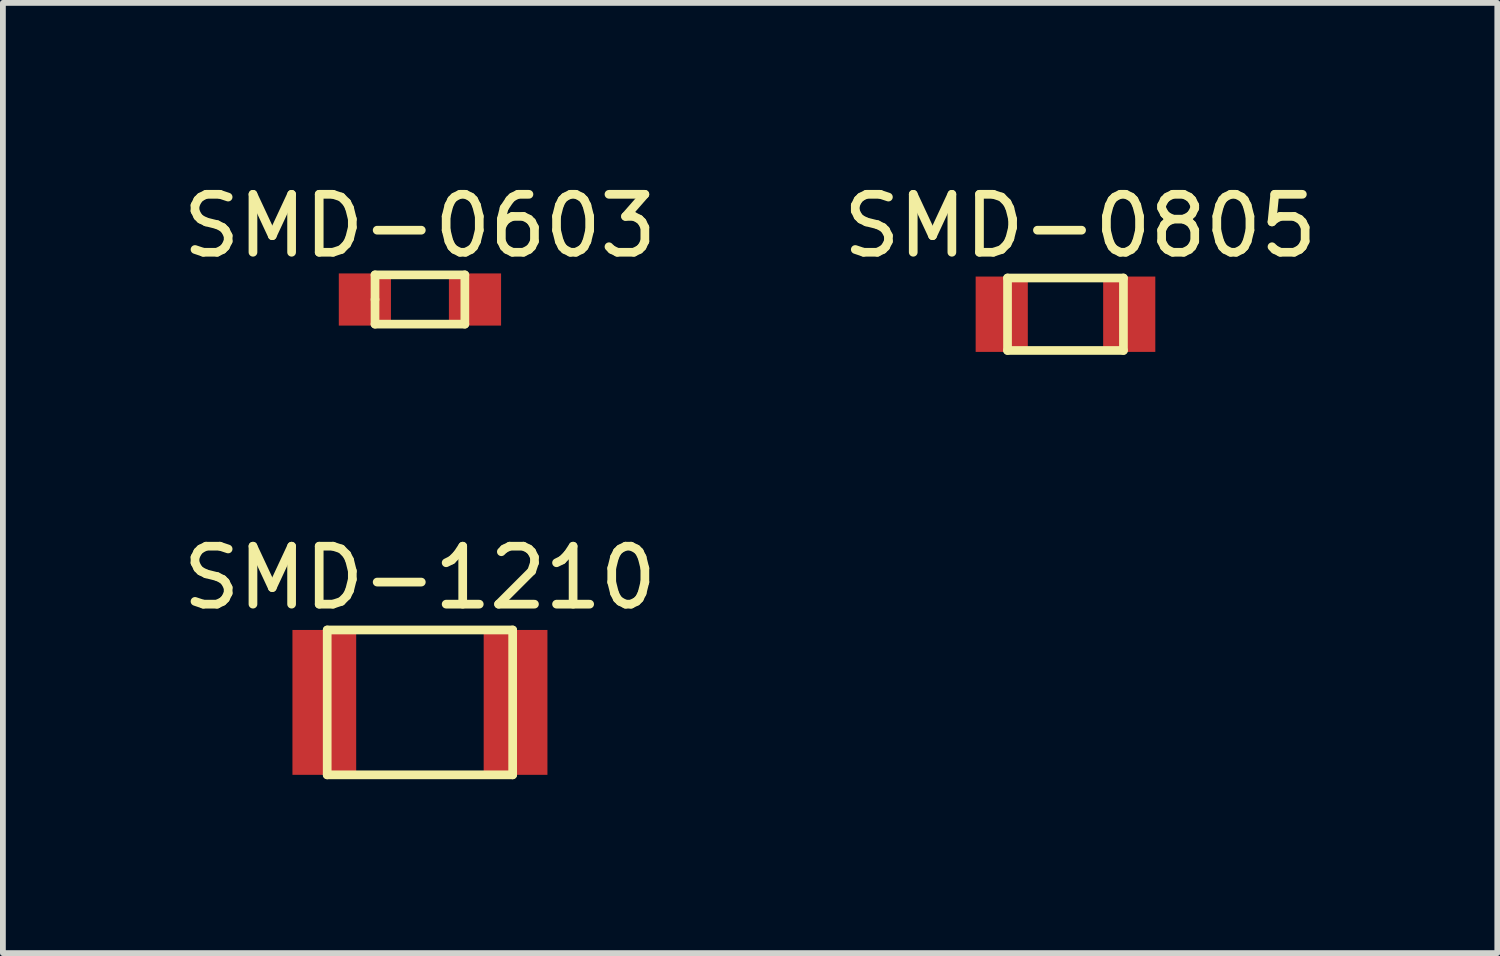
<source format=kicad_pcb>
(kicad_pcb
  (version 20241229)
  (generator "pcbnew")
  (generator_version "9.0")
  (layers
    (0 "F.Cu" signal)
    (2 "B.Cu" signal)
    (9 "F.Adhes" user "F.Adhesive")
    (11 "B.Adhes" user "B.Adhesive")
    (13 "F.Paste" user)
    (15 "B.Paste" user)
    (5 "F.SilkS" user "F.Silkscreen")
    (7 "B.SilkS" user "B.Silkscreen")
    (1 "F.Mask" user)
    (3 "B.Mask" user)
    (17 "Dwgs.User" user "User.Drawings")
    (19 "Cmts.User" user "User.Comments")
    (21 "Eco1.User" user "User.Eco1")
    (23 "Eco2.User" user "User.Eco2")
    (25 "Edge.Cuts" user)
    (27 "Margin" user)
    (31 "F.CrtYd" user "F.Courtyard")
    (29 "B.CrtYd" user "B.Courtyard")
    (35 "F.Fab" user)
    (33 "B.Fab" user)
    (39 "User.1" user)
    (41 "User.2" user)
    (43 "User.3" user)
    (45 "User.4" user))
  (footprint "SMD-0603"
    (layer "F.Cu")
    (at 4.196 2.118)
    (property "Reference" "SMD-0603" (at 0 -1.27 0) (layer "F.SilkS") (effects (font (size 1 1) (thickness 0.15))))
    (attr smd)
    (fp_line (start -0.775 -0.425) (end -0.775 0) (stroke (width 0.15) (type solid)) (layer "F.SilkS"))
    (fp_line (start -0.775 0.425) (end -0.775 0) (stroke (width 0.15) (type solid)) (layer "F.SilkS"))
    (fp_line (start 0.775 -0.425) (end -0.775 -0.425) (stroke (width 0.15) (type solid)) (layer "F.SilkS"))
    (fp_line (start 0.775 0.425) (end -0.775 0.425) (stroke (width 0.15) (type solid)) (layer "F.SilkS"))
    (fp_line (start 0.775 0.425) (end 0.775 -0.425) (stroke (width 0.15) (type solid)) (layer "F.SilkS"))
    (pad "1" smd rect (at -0.95 0) (size 0.9 0.9) (layers "F.Cu" "F.Mask" "F.Paste"))
    (pad "2" smd rect (at 0.95 0) (size 0.9 0.9) (layers "F.Cu" "F.Mask" "F.Paste")))
  (footprint "SMD-1210"
    (layer "F.Cu")
    (at 4.196 9.07)
    (property "Reference" "SMD-1210" (at 0 -2.15 0) (layer "F.SilkS") (effects (font (size 1 1) (thickness 0.15))))
    (attr smd)
    (fp_line (start -1.6 -1.25) (end -1.6 1.25) (stroke (width 0.15) (type solid)) (layer "F.SilkS"))
    (fp_line (start -1.6 1.25) (end 1.6 1.25) (stroke (width 0.15) (type solid)) (layer "F.SilkS"))
    (fp_line (start 1.6 -1.25) (end -1.6 -1.25) (stroke (width 0.15) (type solid)) (layer "F.SilkS"))
    (fp_line (start 1.6 -1.25) (end 1.6 1.25) (stroke (width 0.15) (type solid)) (layer "F.SilkS"))
    (pad "1" smd rect (at -1.65 0) (size 1.1 2.5) (layers "F.Cu" "F.Mask" "F.Paste"))
    (pad "2" smd rect (at 1.65 0) (size 1.1 2.5) (layers "F.Cu" "F.Mask" "F.Paste")))
  (footprint "SMD-0805"
    (layer "F.Cu")
    (at 15.335 2.372)
    (property "Reference" "SMD-0805" (at 0.254 -1.524 0) (layer "F.SilkS") (effects (font (size 1 1) (thickness 0.15))))
    (attr smd)
    (fp_line (start -1 -0.625) (end 1 -0.625) (stroke (width 0.15) (type solid)) (layer "F.SilkS"))
    (fp_line (start -1 0.625) (end -1 -0.625) (stroke (width 0.15) (type solid)) (layer "F.SilkS"))
    (fp_line (start 1 -0.625) (end 1 0.625) (stroke (width 0.15) (type solid)) (layer "F.SilkS"))
    (fp_line (start 1 0.625) (end -1 0.625) (stroke (width 0.15) (type solid)) (layer "F.SilkS"))
    (pad "1" smd rect (at -1.1 0) (size 0.9 1.3) (layers "F.Cu" "F.Mask" "F.Paste"))
    (pad "2" smd rect (at 1.1 0) (size 0.9 1.3) (layers "F.Cu" "F.Mask" "F.Paste")))
  (gr_rect
    (start -3 -3)
    (end 22.786 13.396)
    (stroke (width 0.1) (type default))
    (fill no)
    (layer "Edge.Cuts")))
</source>
